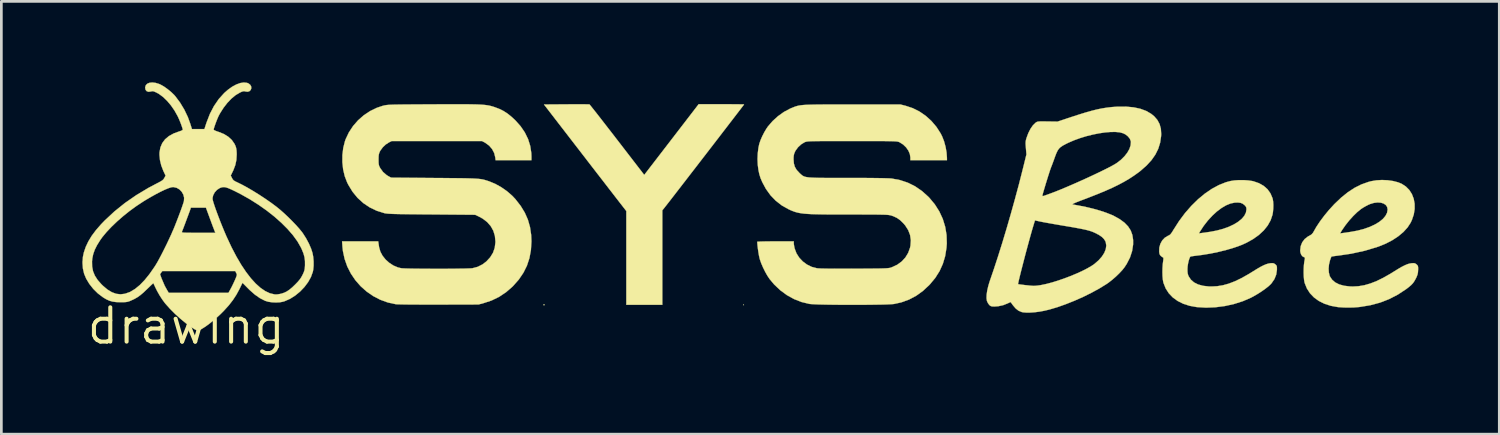
<source format=kicad_pcb>
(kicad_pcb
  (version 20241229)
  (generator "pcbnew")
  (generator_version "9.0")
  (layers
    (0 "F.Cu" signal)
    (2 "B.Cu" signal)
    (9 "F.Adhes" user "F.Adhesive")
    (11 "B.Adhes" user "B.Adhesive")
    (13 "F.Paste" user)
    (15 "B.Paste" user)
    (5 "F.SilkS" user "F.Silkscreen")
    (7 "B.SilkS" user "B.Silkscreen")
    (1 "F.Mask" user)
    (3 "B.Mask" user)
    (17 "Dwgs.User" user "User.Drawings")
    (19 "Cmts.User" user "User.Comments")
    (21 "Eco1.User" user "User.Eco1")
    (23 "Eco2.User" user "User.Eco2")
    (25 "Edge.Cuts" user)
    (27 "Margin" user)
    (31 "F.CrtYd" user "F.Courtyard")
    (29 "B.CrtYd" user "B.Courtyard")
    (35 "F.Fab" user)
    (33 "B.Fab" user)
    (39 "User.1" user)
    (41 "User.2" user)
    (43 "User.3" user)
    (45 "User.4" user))
  (footprint "drawing"
    (layer "F.Cu")
    (at 3.846 9.021)
    (property "Reference" "drawing" (at 0 0 0) (layer "F.SilkS") (effects (font (size 1.27 1.27) (thickness 0.15))))
    (attr through_hole)
    (fp_poly (pts (xy 20.652 -0.797) (xy 20.654 -0.772) (xy 20.652 -0.769) (xy 20.639 -0.772) (xy 20.637 -0.783) (xy 20.645 -0.801) (xy 20.652 -0.797)) (stroke (width 0.01) (type solid)) (fill yes) (layer "F.SilkS"))
    (fp_poly (pts (xy 13.271 -0.788) (xy 13.271 -0.783) (xy 13.255 -0.763) (xy 13.25 -0.762) (xy 13.23 -0.778) (xy 13.229 -0.783) (xy 13.245 -0.804) (xy 13.25 -0.804) (xy 13.271 -0.788)) (stroke (width 0.01) (type solid)) (fill yes) (layer "F.SilkS"))
    (fp_poly (pts (xy 20.001 -8.212) (xy 20.172 -8.211) (xy 20.323 -8.21) (xy 20.452 -8.209) (xy 20.554 -8.207) (xy 20.623 -8.206) (xy 20.656 -8.204) (xy 20.659 -8.203) (xy 20.646 -8.185) (xy 20.61 -8.137) (xy 20.551 -8.06) (xy 20.473 -7.958) (xy 20.376 -7.832) (xy 20.264 -7.686) (xy 20.137 -7.521) (xy 19.999 -7.341) (xy 19.85 -7.148) (xy 19.694 -6.944) (xy 19.531 -6.733) (xy 19.364 -6.516) (xy 19.195 -6.297) (xy 19.025 -6.077) (xy 18.858 -5.86) (xy 18.694 -5.648) (xy 18.536 -5.443) (xy 18.386 -5.249) (xy 18.245 -5.067) (xy 18.116 -4.9) (xy 18.001 -4.751) (xy 17.901 -4.622) (xy 17.819 -4.517) (xy 17.756 -4.437) (xy 17.715 -4.384) (xy 17.703 -4.369) (xy 17.632 -4.282) (xy 17.632 -0.783) (xy 16.298 -0.783) (xy 16.298 -4.256) (xy 16.089 -4.525) (xy 16.046 -4.58) (xy 15.98 -4.666) (xy 15.892 -4.779) (xy 15.784 -4.919) (xy 15.659 -5.08) (xy 15.519 -5.262) (xy 15.365 -5.461) (xy 15.2 -5.674) (xy 15.026 -5.899) (xy 14.845 -6.134) (xy 14.66 -6.374) (xy 14.564 -6.498) (xy 13.249 -8.202) (xy 14.08 -8.208) (xy 14.264 -8.209) (xy 14.435 -8.209) (xy 14.589 -8.209) (xy 14.719 -8.209) (xy 14.823 -8.208) (xy 14.895 -8.207) (xy 14.931 -8.205) (xy 14.934 -8.205) (xy 14.95 -8.187) (xy 14.99 -8.138) (xy 15.051 -8.061) (xy 15.133 -7.958) (xy 15.232 -7.832) (xy 15.347 -7.685) (xy 15.475 -7.52) (xy 15.615 -7.339) (xy 15.765 -7.146) (xy 15.923 -6.942) (xy 15.959 -6.895) (xy 16.962 -5.594) (xy 17.969 -6.902) (xy 18.976 -8.211) (xy 19.817 -8.212) (xy 20.001 -8.212)) (stroke (width 0.01) (type solid)) (fill yes) (layer "F.SilkS"))
    (fp_poly (pts (xy 44.493 -5.396) (xy 44.696 -5.367) (xy 44.88 -5.319) (xy 45.014 -5.264) (xy 45.169 -5.162) (xy 45.296 -5.034) (xy 45.392 -4.882) (xy 45.458 -4.711) (xy 45.492 -4.526) (xy 45.493 -4.331) (xy 45.461 -4.13) (xy 45.393 -3.928) (xy 45.344 -3.823) (xy 45.23 -3.648) (xy 45.077 -3.48) (xy 44.89 -3.323) (xy 44.672 -3.179) (xy 44.427 -3.051) (xy 44.157 -2.941) (xy 44.137 -2.934) (xy 43.652 -2.787) (xy 43.145 -2.676) (xy 42.725 -2.614) (xy 42.617 -2.6) (xy 42.525 -2.588) (xy 42.455 -2.577) (xy 42.418 -2.57) (xy 42.413 -2.569) (xy 42.4 -2.545) (xy 42.379 -2.492) (xy 42.355 -2.421) (xy 42.354 -2.417) (xy 42.32 -2.271) (xy 42.307 -2.122) (xy 42.315 -1.982) (xy 42.343 -1.864) (xy 42.354 -1.836) (xy 42.435 -1.714) (xy 42.55 -1.614) (xy 42.698 -1.539) (xy 42.879 -1.489) (xy 43.09 -1.464) (xy 43.203 -1.46) (xy 43.417 -1.472) (xy 43.633 -1.509) (xy 43.854 -1.573) (xy 44.087 -1.664) (xy 44.335 -1.786) (xy 44.602 -1.938) (xy 44.719 -2.011) (xy 44.882 -2.112) (xy 45.017 -2.19) (xy 45.13 -2.247) (xy 45.225 -2.287) (xy 45.308 -2.311) (xy 45.38 -2.323) (xy 45.452 -2.327) (xy 45.5 -2.32) (xy 45.54 -2.298) (xy 45.562 -2.28) (xy 45.595 -2.249) (xy 45.613 -2.218) (xy 45.621 -2.175) (xy 45.622 -2.106) (xy 45.621 -2.075) (xy 45.615 -1.982) (xy 45.599 -1.905) (xy 45.568 -1.822) (xy 45.544 -1.771) (xy 45.491 -1.673) (xy 45.435 -1.59) (xy 45.365 -1.515) (xy 45.274 -1.437) (xy 45.183 -1.367) (xy 44.872 -1.162) (xy 44.549 -0.995) (xy 44.211 -0.864) (xy 43.853 -0.768) (xy 43.471 -0.705) (xy 43.43 -0.7) (xy 43.254 -0.686) (xy 43.06 -0.681) (xy 42.867 -0.684) (xy 42.692 -0.695) (xy 42.648 -0.699) (xy 42.388 -0.746) (xy 42.153 -0.822) (xy 41.945 -0.925) (xy 41.766 -1.055) (xy 41.618 -1.209) (xy 41.503 -1.386) (xy 41.423 -1.584) (xy 41.413 -1.62) (xy 41.397 -1.714) (xy 41.386 -1.836) (xy 41.382 -1.976) (xy 41.384 -2.121) (xy 41.392 -2.258) (xy 41.406 -2.375) (xy 41.41 -2.396) (xy 41.424 -2.471) (xy 41.428 -2.514) (xy 41.421 -2.536) (xy 41.402 -2.546) (xy 41.387 -2.55) (xy 41.332 -2.584) (xy 41.287 -2.648) (xy 41.26 -2.733) (xy 41.254 -2.795) (xy 41.273 -2.955) (xy 41.329 -3.097) (xy 41.42 -3.218) (xy 41.541 -3.313) (xy 41.584 -3.335) (xy 41.664 -3.382) (xy 41.711 -3.428) (xy 42.731 -3.428) (xy 42.813 -3.439) (xy 42.868 -3.446) (xy 42.952 -3.458) (xy 43.052 -3.473) (xy 43.12 -3.483) (xy 43.376 -3.53) (xy 43.614 -3.592) (xy 43.829 -3.668) (xy 44.019 -3.756) (xy 44.181 -3.853) (xy 44.312 -3.959) (xy 44.41 -4.072) (xy 44.471 -4.189) (xy 44.492 -4.31) (xy 44.492 -4.312) (xy 44.474 -4.406) (xy 44.423 -4.48) (xy 44.343 -4.534) (xy 44.241 -4.565) (xy 44.121 -4.573) (xy 43.988 -4.558) (xy 43.847 -4.516) (xy 43.769 -4.483) (xy 43.678 -4.435) (xy 43.585 -4.381) (xy 43.51 -4.332) (xy 43.508 -4.331) (xy 43.367 -4.216) (xy 43.219 -4.072) (xy 43.071 -3.909) (xy 42.933 -3.735) (xy 42.812 -3.561) (xy 42.779 -3.508) (xy 42.731 -3.428) (xy 41.711 -3.428) (xy 41.716 -3.432) (xy 41.744 -3.478) (xy 41.852 -3.668) (xy 41.988 -3.872) (xy 42.146 -4.084) (xy 42.32 -4.295) (xy 42.504 -4.496) (xy 42.523 -4.516) (xy 42.773 -4.754) (xy 43.02 -4.953) (xy 43.268 -5.115) (xy 43.52 -5.241) (xy 43.779 -5.333) (xy 43.879 -5.36) (xy 44.073 -5.393) (xy 44.282 -5.405) (xy 44.493 -5.396)) (stroke (width 0.01) (type solid)) (fill yes) (layer "F.SilkS"))
    (fp_poly (pts (xy 39.162 -5.401) (xy 39.332 -5.389) (xy 39.481 -5.367) (xy 39.525 -5.357) (xy 39.73 -5.286) (xy 39.903 -5.187) (xy 40.045 -5.062) (xy 40.153 -4.91) (xy 40.228 -4.734) (xy 40.237 -4.703) (xy 40.253 -4.606) (xy 40.26 -4.482) (xy 40.257 -4.347) (xy 40.245 -4.215) (xy 40.228 -4.117) (xy 40.159 -3.913) (xy 40.051 -3.72) (xy 39.905 -3.538) (xy 39.723 -3.369) (xy 39.506 -3.215) (xy 39.257 -3.077) (xy 39.053 -2.987) (xy 38.808 -2.9) (xy 38.532 -2.818) (xy 38.235 -2.744) (xy 37.929 -2.68) (xy 37.622 -2.63) (xy 37.497 -2.614) (xy 37.392 -2.601) (xy 37.301 -2.589) (xy 37.234 -2.579) (xy 37.198 -2.573) (xy 37.196 -2.572) (xy 37.171 -2.545) (xy 37.146 -2.484) (xy 37.121 -2.401) (xy 37.1 -2.304) (xy 37.085 -2.203) (xy 37.079 -2.108) (xy 37.079 -2.106) (xy 37.081 -2.005) (xy 37.091 -1.929) (xy 37.113 -1.863) (xy 37.125 -1.836) (xy 37.208 -1.712) (xy 37.324 -1.612) (xy 37.474 -1.537) (xy 37.656 -1.487) (xy 37.87 -1.463) (xy 37.966 -1.461) (xy 38.179 -1.472) (xy 38.393 -1.507) (xy 38.612 -1.568) (xy 38.84 -1.656) (xy 39.083 -1.773) (xy 39.345 -1.921) (xy 39.491 -2.011) (xy 39.654 -2.112) (xy 39.789 -2.19) (xy 39.902 -2.247) (xy 39.997 -2.287) (xy 40.08 -2.311) (xy 40.151 -2.323) (xy 40.224 -2.327) (xy 40.272 -2.32) (xy 40.311 -2.298) (xy 40.334 -2.28) (xy 40.367 -2.249) (xy 40.385 -2.219) (xy 40.392 -2.176) (xy 40.393 -2.109) (xy 40.392 -2.073) (xy 40.366 -1.9) (xy 40.299 -1.734) (xy 40.193 -1.58) (xy 40.16 -1.544) (xy 40.083 -1.471) (xy 39.976 -1.387) (xy 39.849 -1.296) (xy 39.71 -1.205) (xy 39.569 -1.121) (xy 39.434 -1.048) (xy 39.434 -1.048) (xy 39.132 -0.917) (xy 38.805 -0.813) (xy 38.463 -0.737) (xy 38.114 -0.692) (xy 37.767 -0.678) (xy 37.432 -0.698) (xy 37.42 -0.699) (xy 37.159 -0.746) (xy 36.923 -0.822) (xy 36.715 -0.926) (xy 36.536 -1.056) (xy 36.388 -1.211) (xy 36.273 -1.39) (xy 36.193 -1.59) (xy 36.184 -1.623) (xy 36.167 -1.72) (xy 36.156 -1.847) (xy 36.152 -1.991) (xy 36.155 -2.14) (xy 36.164 -2.282) (xy 36.175 -2.37) (xy 36.187 -2.456) (xy 36.189 -2.507) (xy 36.181 -2.532) (xy 36.175 -2.536) (xy 36.142 -2.555) (xy 36.098 -2.589) (xy 36.095 -2.592) (xy 36.06 -2.632) (xy 36.04 -2.685) (xy 36.031 -2.756) (xy 36.037 -2.902) (xy 36.076 -3.041) (xy 36.144 -3.165) (xy 36.237 -3.265) (xy 36.35 -3.335) (xy 36.355 -3.337) (xy 36.402 -3.359) (xy 36.44 -3.386) (xy 36.476 -3.428) (xy 36.477 -3.429) (xy 37.504 -3.429) (xy 37.606 -3.442) (xy 37.674 -3.451) (xy 37.768 -3.464) (xy 37.87 -3.479) (xy 37.91 -3.484) (xy 38.164 -3.533) (xy 38.4 -3.596) (xy 38.613 -3.673) (xy 38.801 -3.762) (xy 38.961 -3.861) (xy 39.091 -3.968) (xy 39.186 -4.081) (xy 39.245 -4.2) (xy 39.264 -4.317) (xy 39.259 -4.381) (xy 39.236 -4.429) (xy 39.189 -4.479) (xy 39.121 -4.53) (xy 39.043 -4.56) (xy 38.944 -4.571) (xy 38.829 -4.567) (xy 38.675 -4.535) (xy 38.51 -4.468) (xy 38.339 -4.367) (xy 38.166 -4.237) (xy 37.996 -4.08) (xy 37.832 -3.901) (xy 37.678 -3.703) (xy 37.551 -3.509) (xy 37.504 -3.429) (xy 36.477 -3.429) (xy 36.519 -3.491) (xy 36.565 -3.567) (xy 36.769 -3.885) (xy 36.989 -4.18) (xy 37.224 -4.449) (xy 37.469 -4.69) (xy 37.722 -4.9) (xy 37.981 -5.077) (xy 38.242 -5.218) (xy 38.503 -5.322) (xy 38.673 -5.367) (xy 38.817 -5.39) (xy 38.985 -5.401) (xy 39.162 -5.401)) (stroke (width 0.01) (type solid)) (fill yes) (layer "F.SilkS"))
    (fp_poly (pts (xy 10.251 -8.21) (xy 10.445 -8.209) (xy 10.611 -8.206) (xy 10.754 -8.203) (xy 10.875 -8.198) (xy 10.978 -8.192) (xy 11.066 -8.184) (xy 11.141 -8.174) (xy 11.208 -8.163) (xy 11.269 -8.149) (xy 11.327 -8.134) (xy 11.384 -8.116) (xy 11.418 -8.105) (xy 11.591 -8.04) (xy 11.744 -7.965) (xy 11.887 -7.874) (xy 12.031 -7.76) (xy 12.187 -7.616) (xy 12.189 -7.614) (xy 12.383 -7.397) (xy 12.541 -7.165) (xy 12.66 -6.921) (xy 12.74 -6.666) (xy 12.78 -6.405) (xy 12.785 -6.283) (xy 12.785 -6.138) (xy 11.457 -6.138) (xy 11.445 -6.244) (xy 11.405 -6.404) (xy 11.328 -6.551) (xy 11.218 -6.678) (xy 11.08 -6.779) (xy 11.06 -6.791) (xy 10.954 -6.847) (xy 7.609 -6.847) (xy 7.508 -6.797) (xy 7.39 -6.721) (xy 7.281 -6.618) (xy 7.195 -6.502) (xy 7.172 -6.462) (xy 7.148 -6.404) (xy 7.132 -6.345) (xy 7.125 -6.273) (xy 7.123 -6.173) (xy 7.123 -6.16) (xy 7.124 -6.061) (xy 7.129 -5.992) (xy 7.141 -5.938) (xy 7.163 -5.887) (xy 7.185 -5.846) (xy 7.287 -5.704) (xy 7.421 -5.588) (xy 7.497 -5.541) (xy 7.588 -5.493) (xy 9.197 -5.48) (xy 9.503 -5.478) (xy 9.77 -5.475) (xy 10.002 -5.473) (xy 10.201 -5.471) (xy 10.37 -5.468) (xy 10.514 -5.464) (xy 10.635 -5.46) (xy 10.736 -5.454) (xy 10.821 -5.448) (xy 10.893 -5.44) (xy 10.955 -5.43) (xy 11.011 -5.419) (xy 11.063 -5.405) (xy 11.116 -5.389) (xy 11.172 -5.371) (xy 11.223 -5.354) (xy 11.445 -5.262) (xy 11.669 -5.137) (xy 11.883 -4.987) (xy 12.077 -4.818) (xy 12.19 -4.698) (xy 12.385 -4.448) (xy 12.539 -4.195) (xy 12.654 -3.934) (xy 12.732 -3.661) (xy 12.775 -3.371) (xy 12.785 -3.133) (xy 12.766 -2.813) (xy 12.711 -2.514) (xy 12.618 -2.232) (xy 12.486 -1.967) (xy 12.316 -1.717) (xy 12.105 -1.479) (xy 12.086 -1.46) (xy 11.846 -1.251) (xy 11.589 -1.079) (xy 11.313 -0.945) (xy 11.038 -0.853) (xy 10.827 -0.795) (xy 9.356 -0.791) (xy 9.106 -0.791) (xy 8.866 -0.791) (xy 8.64 -0.792) (xy 8.431 -0.793) (xy 8.243 -0.794) (xy 8.08 -0.796) (xy 7.945 -0.799) (xy 7.844 -0.801) (xy 7.778 -0.804) (xy 7.758 -0.806) (xy 7.463 -0.87) (xy 7.183 -0.972) (xy 6.92 -1.109) (xy 6.678 -1.277) (xy 6.458 -1.473) (xy 6.264 -1.695) (xy 6.099 -1.939) (xy 5.965 -2.202) (xy 5.866 -2.482) (xy 5.803 -2.774) (xy 5.786 -2.933) (xy 5.772 -3.133) (xy 7.11 -3.133) (xy 7.121 -3.064) (xy 7.131 -2.995) (xy 7.143 -2.918) (xy 7.144 -2.91) (xy 7.19 -2.752) (xy 7.271 -2.6) (xy 7.383 -2.46) (xy 7.519 -2.338) (xy 7.673 -2.238) (xy 7.839 -2.168) (xy 7.959 -2.139) (xy 8.011 -2.134) (xy 8.101 -2.13) (xy 8.223 -2.126) (xy 8.373 -2.123) (xy 8.545 -2.121) (xy 8.735 -2.119) (xy 8.938 -2.118) (xy 9.15 -2.117) (xy 9.364 -2.117) (xy 9.576 -2.117) (xy 9.781 -2.118) (xy 9.975 -2.12) (xy 10.152 -2.123) (xy 10.308 -2.125) (xy 10.437 -2.129) (xy 10.535 -2.133) (xy 10.596 -2.138) (xy 10.604 -2.139) (xy 10.795 -2.19) (xy 10.973 -2.28) (xy 11.116 -2.389) (xy 11.258 -2.543) (xy 11.361 -2.71) (xy 11.425 -2.892) (xy 11.45 -3.09) (xy 11.451 -3.132) (xy 11.431 -3.337) (xy 11.373 -3.526) (xy 11.278 -3.696) (xy 11.147 -3.846) (xy 10.982 -3.973) (xy 10.847 -4.047) (xy 10.7 -4.117) (xy 9.091 -4.13) (xy 8.785 -4.132) (xy 8.519 -4.135) (xy 8.289 -4.137) (xy 8.092 -4.14) (xy 7.926 -4.142) (xy 7.787 -4.145) (xy 7.672 -4.148) (xy 7.579 -4.152) (xy 7.505 -4.156) (xy 7.446 -4.161) (xy 7.399 -4.166) (xy 7.362 -4.172) (xy 7.339 -4.177) (xy 7.055 -4.266) (xy 6.795 -4.391) (xy 6.558 -4.55) (xy 6.347 -4.742) (xy 6.162 -4.967) (xy 6.005 -5.224) (xy 5.958 -5.318) (xy 5.87 -5.548) (xy 5.811 -5.8) (xy 5.783 -6.064) (xy 5.784 -6.332) (xy 5.816 -6.594) (xy 5.878 -6.84) (xy 5.905 -6.917) (xy 6.025 -7.17) (xy 6.18 -7.405) (xy 6.365 -7.617) (xy 6.577 -7.803) (xy 6.81 -7.958) (xy 7.062 -8.08) (xy 7.281 -8.153) (xy 7.315 -8.161) (xy 7.347 -8.169) (xy 7.382 -8.175) (xy 7.422 -8.181) (xy 7.47 -8.186) (xy 7.53 -8.19) (xy 7.603 -8.193) (xy 7.694 -8.196) (xy 7.806 -8.198) (xy 7.94 -8.2) (xy 8.102 -8.202) (xy 8.292 -8.203) (xy 8.516 -8.205) (xy 8.774 -8.206) (xy 9.072 -8.207) (xy 9.144 -8.208) (xy 9.477 -8.209) (xy 9.77 -8.21) (xy 10.027 -8.21) (xy 10.251 -8.21)) (stroke (width 0.01) (type solid)) (fill yes) (layer "F.SilkS"))
    (fp_poly (pts (xy 24.659 -8.202) (xy 26.448 -8.202) (xy 26.646 -8.152) (xy 26.907 -8.065) (xy 27.156 -7.94) (xy 27.387 -7.781) (xy 27.597 -7.591) (xy 27.781 -7.375) (xy 27.936 -7.135) (xy 27.993 -7.023) (xy 28.065 -6.84) (xy 28.121 -6.636) (xy 28.158 -6.426) (xy 28.172 -6.229) (xy 28.172 -6.228) (xy 28.173 -6.138) (xy 26.818 -6.138) (xy 26.818 -6.241) (xy 26.798 -6.368) (xy 26.743 -6.495) (xy 26.658 -6.615) (xy 26.55 -6.719) (xy 26.423 -6.799) (xy 26.416 -6.802) (xy 26.398 -6.811) (xy 26.379 -6.818) (xy 26.357 -6.824) (xy 26.328 -6.829) (xy 26.289 -6.834) (xy 26.238 -6.837) (xy 26.171 -6.84) (xy 26.087 -6.842) (xy 25.981 -6.844) (xy 25.851 -6.846) (xy 25.694 -6.846) (xy 25.507 -6.847) (xy 25.287 -6.847) (xy 25.031 -6.847) (xy 24.736 -6.847) (xy 24.659 -6.847) (xy 24.355 -6.847) (xy 24.09 -6.847) (xy 23.862 -6.847) (xy 23.667 -6.847) (xy 23.503 -6.846) (xy 23.367 -6.845) (xy 23.255 -6.843) (xy 23.166 -6.841) (xy 23.095 -6.838) (xy 23.04 -6.835) (xy 22.999 -6.83) (xy 22.967 -6.825) (xy 22.943 -6.819) (xy 22.923 -6.812) (xy 22.905 -6.804) (xy 22.899 -6.802) (xy 22.772 -6.724) (xy 22.657 -6.617) (xy 22.567 -6.494) (xy 22.549 -6.461) (xy 22.518 -6.389) (xy 22.501 -6.323) (xy 22.493 -6.244) (xy 22.492 -6.172) (xy 22.503 -6.02) (xy 22.539 -5.894) (xy 22.605 -5.781) (xy 22.707 -5.67) (xy 22.713 -5.664) (xy 22.749 -5.63) (xy 22.782 -5.601) (xy 22.813 -5.575) (xy 22.847 -5.554) (xy 22.885 -5.536) (xy 22.933 -5.521) (xy 22.992 -5.51) (xy 23.066 -5.5) (xy 23.158 -5.494) (xy 23.271 -5.489) (xy 23.408 -5.485) (xy 23.573 -5.483) (xy 23.768 -5.482) (xy 23.997 -5.482) (xy 24.262 -5.482) (xy 24.488 -5.482) (xy 24.814 -5.482) (xy 25.108 -5.481) (xy 25.369 -5.479) (xy 25.595 -5.476) (xy 25.785 -5.473) (xy 25.937 -5.469) (xy 26.05 -5.465) (xy 26.122 -5.46) (xy 26.13 -5.459) (xy 26.435 -5.401) (xy 26.722 -5.306) (xy 26.992 -5.172) (xy 27.244 -4.999) (xy 27.48 -4.788) (xy 27.517 -4.75) (xy 27.722 -4.505) (xy 27.889 -4.242) (xy 28.018 -3.963) (xy 28.108 -3.67) (xy 28.158 -3.367) (xy 28.167 -3.055) (xy 28.155 -2.891) (xy 28.106 -2.585) (xy 28.021 -2.301) (xy 27.901 -2.035) (xy 27.743 -1.784) (xy 27.544 -1.544) (xy 27.519 -1.517) (xy 27.284 -1.298) (xy 27.034 -1.118) (xy 26.768 -0.977) (xy 26.484 -0.874) (xy 26.215 -0.814) (xy 26.15 -0.808) (xy 26.048 -0.802) (xy 25.912 -0.796) (xy 25.749 -0.792) (xy 25.562 -0.789) (xy 25.355 -0.786) (xy 25.135 -0.784) (xy 24.904 -0.783) (xy 24.669 -0.783) (xy 24.433 -0.783) (xy 24.201 -0.784) (xy 23.978 -0.786) (xy 23.769 -0.789) (xy 23.577 -0.793) (xy 23.409 -0.797) (xy 23.268 -0.803) (xy 23.159 -0.809) (xy 23.086 -0.815) (xy 23.076 -0.817) (xy 22.786 -0.887) (xy 22.508 -0.996) (xy 22.243 -1.143) (xy 21.997 -1.324) (xy 21.771 -1.539) (xy 21.608 -1.733) (xy 21.526 -1.854) (xy 21.442 -2.002) (xy 21.363 -2.162) (xy 21.294 -2.322) (xy 21.243 -2.468) (xy 21.231 -2.514) (xy 21.21 -2.611) (xy 21.189 -2.735) (xy 21.17 -2.868) (xy 21.155 -2.996) (xy 21.147 -3.101) (xy 21.146 -3.117) (xy 21.166 -3.121) (xy 21.224 -3.124) (xy 21.314 -3.127) (xy 21.431 -3.13) (xy 21.57 -3.132) (xy 21.727 -3.133) (xy 21.823 -3.133) (xy 22.5 -3.133) (xy 22.5 -3.063) (xy 22.506 -3.004) (xy 22.52 -2.925) (xy 22.533 -2.867) (xy 22.6 -2.69) (xy 22.703 -2.528) (xy 22.836 -2.387) (xy 22.992 -2.272) (xy 23.167 -2.187) (xy 23.355 -2.138) (xy 23.359 -2.137) (xy 23.419 -2.132) (xy 23.52 -2.127) (xy 23.661 -2.124) (xy 23.841 -2.121) (xy 24.059 -2.12) (xy 24.313 -2.12) (xy 24.603 -2.12) (xy 24.756 -2.121) (xy 25.017 -2.122) (xy 25.239 -2.124) (xy 25.426 -2.125) (xy 25.581 -2.126) (xy 25.708 -2.128) (xy 25.81 -2.131) (xy 25.891 -2.134) (xy 25.955 -2.138) (xy 26.004 -2.143) (xy 26.043 -2.148) (xy 26.075 -2.155) (xy 26.103 -2.164) (xy 26.131 -2.174) (xy 26.137 -2.176) (xy 26.33 -2.266) (xy 26.496 -2.387) (xy 26.633 -2.535) (xy 26.737 -2.707) (xy 26.806 -2.899) (xy 26.822 -2.979) (xy 26.835 -3.177) (xy 26.807 -3.368) (xy 26.737 -3.55) (xy 26.627 -3.722) (xy 26.558 -3.802) (xy 26.442 -3.915) (xy 26.327 -3.997) (xy 26.201 -4.058) (xy 26.117 -4.088) (xy 26.09 -4.095) (xy 26.06 -4.102) (xy 26.025 -4.108) (xy 25.98 -4.113) (xy 25.924 -4.117) (xy 25.852 -4.12) (xy 25.761 -4.122) (xy 25.648 -4.124) (xy 25.51 -4.126) (xy 25.344 -4.127) (xy 25.146 -4.127) (xy 24.913 -4.128) (xy 24.643 -4.128) (xy 24.557 -4.128) (xy 24.233 -4.128) (xy 23.949 -4.129) (xy 23.701 -4.13) (xy 23.485 -4.133) (xy 23.299 -4.137) (xy 23.138 -4.142) (xy 23.001 -4.15) (xy 22.882 -4.159) (xy 22.781 -4.172) (xy 22.692 -4.187) (xy 22.613 -4.205) (xy 22.54 -4.226) (xy 22.471 -4.251) (xy 22.401 -4.279) (xy 22.329 -4.312) (xy 22.313 -4.319) (xy 22.062 -4.459) (xy 21.837 -4.633) (xy 21.638 -4.839) (xy 21.467 -5.077) (xy 21.335 -5.322) (xy 21.27 -5.473) (xy 21.224 -5.621) (xy 21.191 -5.778) (xy 21.167 -5.962) (xy 21.166 -5.976) (xy 21.157 -6.18) (xy 21.166 -6.393) (xy 21.191 -6.597) (xy 21.222 -6.742) (xy 21.266 -6.872) (xy 21.33 -7.02) (xy 21.406 -7.17) (xy 21.487 -7.307) (xy 21.543 -7.388) (xy 21.717 -7.589) (xy 21.916 -7.769) (xy 22.132 -7.924) (xy 22.356 -8.044) (xy 22.423 -8.073) (xy 22.478 -8.095) (xy 22.528 -8.115) (xy 22.576 -8.132) (xy 22.625 -8.146) (xy 22.677 -8.159) (xy 22.737 -8.169) (xy 22.806 -8.178) (xy 22.888 -8.185) (xy 22.985 -8.19) (xy 23.102 -8.194) (xy 23.24 -8.197) (xy 23.402 -8.2) (xy 23.593 -8.201) (xy 23.814 -8.202) (xy 24.069 -8.202) (xy 24.36 -8.202) (xy 24.659 -8.202)) (stroke (width 0.01) (type solid)) (fill yes) (layer "F.SilkS"))
    (fp_poly (pts (xy 35.086 -8.096) (xy 35.334 -8.043) (xy 35.551 -7.963) (xy 35.735 -7.856) (xy 35.846 -7.766) (xy 35.965 -7.629) (xy 36.047 -7.476) (xy 36.095 -7.303) (xy 36.107 -7.108) (xy 36.103 -7.026) (xy 36.068 -6.788) (xy 35.998 -6.562) (xy 35.892 -6.348) (xy 35.749 -6.143) (xy 35.567 -5.944) (xy 35.345 -5.748) (xy 35.26 -5.682) (xy 35.093 -5.563) (xy 34.919 -5.449) (xy 34.731 -5.339) (xy 34.527 -5.23) (xy 34.301 -5.12) (xy 34.05 -5.008) (xy 33.769 -4.891) (xy 33.454 -4.767) (xy 33.243 -4.686) (xy 33.09 -4.629) (xy 32.974 -4.583) (xy 32.893 -4.549) (xy 32.844 -4.525) (xy 32.823 -4.509) (xy 32.828 -4.501) (xy 32.83 -4.5) (xy 32.874 -4.491) (xy 32.947 -4.478) (xy 33.036 -4.462) (xy 33.073 -4.455) (xy 33.333 -4.403) (xy 33.591 -4.341) (xy 33.837 -4.271) (xy 34.063 -4.196) (xy 34.261 -4.118) (xy 34.364 -4.07) (xy 34.576 -3.951) (xy 34.748 -3.824) (xy 34.881 -3.686) (xy 34.978 -3.536) (xy 35.039 -3.369) (xy 35.067 -3.185) (xy 35.067 -3.018) (xy 35.03 -2.776) (xy 34.952 -2.536) (xy 34.831 -2.3) (xy 34.745 -2.169) (xy 34.66 -2.063) (xy 34.55 -1.945) (xy 34.423 -1.823) (xy 34.289 -1.707) (xy 34.157 -1.604) (xy 34.088 -1.556) (xy 33.823 -1.392) (xy 33.53 -1.232) (xy 33.22 -1.078) (xy 32.9 -0.936) (xy 32.579 -0.808) (xy 32.267 -0.697) (xy 31.97 -0.609) (xy 31.769 -0.561) (xy 31.6 -0.53) (xy 31.429 -0.508) (xy 31.268 -0.496) (xy 31.123 -0.494) (xy 31.004 -0.503) (xy 30.942 -0.515) (xy 30.823 -0.565) (xy 30.718 -0.647) (xy 30.617 -0.765) (xy 30.616 -0.767) (xy 30.574 -0.825) (xy 30.544 -0.867) (xy 30.532 -0.884) (xy 30.513 -0.879) (xy 30.468 -0.858) (xy 30.425 -0.837) (xy 30.256 -0.77) (xy 30.072 -0.73) (xy 29.934 -0.72) (xy 29.857 -0.722) (xy 29.806 -0.732) (xy 29.768 -0.753) (xy 29.739 -0.78) (xy 29.694 -0.84) (xy 29.658 -0.914) (xy 29.652 -0.93) (xy 29.638 -1.027) (xy 29.642 -1.155) (xy 29.663 -1.305) (xy 29.701 -1.471) (xy 29.726 -1.557) (xy 30.806 -1.557) (xy 30.807 -1.55) (xy 30.83 -1.544) (xy 30.886 -1.536) (xy 30.966 -1.526) (xy 31.059 -1.514) (xy 31.157 -1.504) (xy 31.25 -1.494) (xy 31.329 -1.488) (xy 31.382 -1.484) (xy 31.444 -1.487) (xy 31.531 -1.496) (xy 31.628 -1.509) (xy 31.657 -1.514) (xy 31.851 -1.555) (xy 32.064 -1.611) (xy 32.29 -1.681) (xy 32.522 -1.761) (xy 32.753 -1.849) (xy 32.976 -1.942) (xy 33.184 -2.037) (xy 33.371 -2.132) (xy 33.528 -2.224) (xy 33.636 -2.298) (xy 33.789 -2.431) (xy 33.91 -2.568) (xy 33.999 -2.707) (xy 34.054 -2.844) (xy 34.073 -2.976) (xy 34.054 -3.098) (xy 34.036 -3.144) (xy 33.984 -3.224) (xy 33.909 -3.298) (xy 33.804 -3.369) (xy 33.666 -3.442) (xy 33.602 -3.471) (xy 33.537 -3.497) (xy 33.466 -3.521) (xy 33.384 -3.544) (xy 33.286 -3.568) (xy 33.167 -3.593) (xy 33.024 -3.62) (xy 32.852 -3.652) (xy 32.645 -3.687) (xy 32.489 -3.713) (xy 32.312 -3.743) (xy 32.14 -3.773) (xy 31.981 -3.801) (xy 31.839 -3.826) (xy 31.723 -3.848) (xy 31.639 -3.864) (xy 31.607 -3.871) (xy 31.432 -3.909) (xy 31.37 -3.706) (xy 31.338 -3.598) (xy 31.3 -3.466) (xy 31.257 -3.313) (xy 31.211 -3.145) (xy 31.162 -2.965) (xy 31.112 -2.78) (xy 31.062 -2.592) (xy 31.014 -2.406) (xy 30.968 -2.228) (xy 30.925 -2.061) (xy 30.887 -1.91) (xy 30.855 -1.78) (xy 30.83 -1.674) (xy 30.814 -1.599) (xy 30.806 -1.557) (xy 29.726 -1.557) (xy 29.753 -1.645) (xy 29.762 -1.672) (xy 29.914 -2.116) (xy 30.07 -2.593) (xy 30.228 -3.098) (xy 30.386 -3.623) (xy 30.541 -4.16) (xy 30.692 -4.702) (xy 30.726 -4.829) (xy 31.708 -4.829) (xy 31.708 -4.817) (xy 31.713 -4.81) (xy 31.729 -4.81) (xy 31.763 -4.819) (xy 31.819 -4.838) (xy 31.904 -4.868) (xy 31.991 -4.9) (xy 32.152 -4.96) (xy 32.336 -5.033) (xy 32.536 -5.116) (xy 32.749 -5.207) (xy 32.969 -5.303) (xy 33.192 -5.403) (xy 33.412 -5.503) (xy 33.626 -5.603) (xy 33.827 -5.699) (xy 34.011 -5.789) (xy 34.174 -5.871) (xy 34.31 -5.944) (xy 34.414 -6.004) (xy 34.458 -6.032) (xy 34.614 -6.151) (xy 34.746 -6.282) (xy 34.853 -6.418) (xy 34.93 -6.555) (xy 34.974 -6.689) (xy 34.984 -6.813) (xy 34.979 -6.849) (xy 34.943 -6.937) (xy 34.874 -7.021) (xy 34.781 -7.094) (xy 34.696 -7.136) (xy 34.57 -7.17) (xy 34.412 -7.185) (xy 34.227 -7.183) (xy 34.022 -7.166) (xy 33.802 -7.133) (xy 33.572 -7.087) (xy 33.338 -7.029) (xy 33.106 -6.958) (xy 32.882 -6.877) (xy 32.671 -6.786) (xy 32.574 -6.739) (xy 32.467 -6.681) (xy 32.385 -6.627) (xy 32.323 -6.568) (xy 32.273 -6.497) (xy 32.227 -6.403) (xy 32.179 -6.279) (xy 32.166 -6.244) (xy 32.127 -6.134) (xy 32.088 -6.028) (xy 32.054 -5.938) (xy 32.029 -5.875) (xy 32.028 -5.874) (xy 32.011 -5.826) (xy 31.984 -5.749) (xy 31.952 -5.648) (xy 31.914 -5.531) (xy 31.875 -5.405) (xy 31.835 -5.276) (xy 31.798 -5.152) (xy 31.764 -5.038) (xy 31.736 -4.943) (xy 31.717 -4.872) (xy 31.708 -4.833) (xy 31.708 -4.829) (xy 30.726 -4.829) (xy 30.837 -5.241) (xy 30.972 -5.771) (xy 30.999 -5.878) (xy 31.116 -6.353) (xy 31.096 -6.588) (xy 31.088 -6.696) (xy 31.085 -6.775) (xy 31.089 -6.837) (xy 31.1 -6.896) (xy 31.119 -6.962) (xy 31.185 -7.14) (xy 31.264 -7.296) (xy 31.353 -7.426) (xy 31.447 -7.52) (xy 31.456 -7.527) (xy 31.483 -7.545) (xy 31.509 -7.559) (xy 31.542 -7.567) (xy 31.589 -7.573) (xy 31.657 -7.575) (xy 31.753 -7.575) (xy 31.883 -7.573) (xy 31.897 -7.573) (xy 32.269 -7.568) (xy 32.787 -7.74) (xy 33.067 -7.831) (xy 33.313 -7.907) (xy 33.533 -7.969) (xy 33.733 -8.019) (xy 33.919 -8.057) (xy 34.097 -8.085) (xy 34.273 -8.106) (xy 34.454 -8.119) (xy 34.503 -8.121) (xy 34.809 -8.122) (xy 35.086 -8.096)) (stroke (width 0.01) (type solid)) (fill yes) (layer "F.SilkS"))
    (fp_poly (pts (xy -1.135 -9.002) (xy -1.007 -8.963) (xy -0.941 -8.933) (xy -0.82 -8.864) (xy -0.689 -8.77) (xy -0.56 -8.665) (xy -0.448 -8.557) (xy -0.409 -8.513) (xy -0.231 -8.277) (xy -0.071 -8.012) (xy 0.062 -7.733) (xy 0.149 -7.493) (xy 0.212 -7.292) (xy 0.674 -7.292) (xy 0.752 -7.531) (xy 0.877 -7.854) (xy 1.028 -8.144) (xy 1.205 -8.402) (xy 1.408 -8.627) (xy 1.545 -8.747) (xy 1.701 -8.859) (xy 1.854 -8.942) (xy 1.999 -8.995) (xy 2.132 -9.016) (xy 2.249 -9.004) (xy 2.307 -8.981) (xy 2.373 -8.929) (xy 2.407 -8.866) (xy 2.411 -8.801) (xy 2.389 -8.741) (xy 2.343 -8.695) (xy 2.278 -8.673) (xy 2.197 -8.682) (xy 2.152 -8.693) (xy 2.11 -8.691) (xy 2.058 -8.674) (xy 1.986 -8.641) (xy 1.831 -8.549) (xy 1.675 -8.42) (xy 1.523 -8.261) (xy 1.381 -8.078) (xy 1.254 -7.877) (xy 1.201 -7.779) (xy 1.172 -7.715) (xy 1.137 -7.631) (xy 1.101 -7.537) (xy 1.067 -7.444) (xy 1.039 -7.362) (xy 1.021 -7.3) (xy 1.016 -7.272) (xy 1.035 -7.252) (xy 1.088 -7.226) (xy 1.166 -7.197) (xy 1.192 -7.189) (xy 1.388 -7.111) (xy 1.555 -7.01) (xy 1.689 -6.887) (xy 1.788 -6.745) (xy 1.824 -6.669) (xy 1.849 -6.592) (xy 1.863 -6.509) (xy 1.869 -6.406) (xy 1.87 -6.35) (xy 1.858 -6.147) (xy 1.819 -5.961) (xy 1.749 -5.775) (xy 1.724 -5.722) (xy 1.65 -5.57) (xy 1.695 -5.478) (xy 1.726 -5.425) (xy 1.764 -5.386) (xy 1.821 -5.351) (xy 1.879 -5.324) (xy 2.057 -5.237) (xy 2.26 -5.127) (xy 2.477 -5) (xy 2.702 -4.86) (xy 2.927 -4.712) (xy 3.142 -4.563) (xy 3.339 -4.416) (xy 3.344 -4.412) (xy 3.478 -4.303) (xy 3.623 -4.175) (xy 3.772 -4.035) (xy 3.919 -3.889) (xy 4.057 -3.745) (xy 4.179 -3.61) (xy 4.277 -3.49) (xy 4.315 -3.44) (xy 4.438 -3.248) (xy 4.544 -3.05) (xy 4.627 -2.857) (xy 4.677 -2.701) (xy 4.704 -2.556) (xy 4.718 -2.394) (xy 4.718 -2.231) (xy 4.704 -2.083) (xy 4.689 -2.005) (xy 4.619 -1.812) (xy 4.513 -1.622) (xy 4.377 -1.441) (xy 4.216 -1.273) (xy 4.038 -1.127) (xy 3.848 -1.006) (xy 3.651 -0.919) (xy 3.589 -0.899) (xy 3.467 -0.876) (xy 3.323 -0.869) (xy 3.174 -0.876) (xy 3.035 -0.897) (xy 2.921 -0.932) (xy 2.731 -1.029) (xy 2.542 -1.161) (xy 2.35 -1.33) (xy 2.296 -1.384) (xy 2.084 -1.598) (xy 1.964 -1.352) (xy 1.855 -1.151) (xy 1.729 -0.959) (xy 1.58 -0.767) (xy 1.399 -0.567) (xy 1.388 -0.555) (xy 1.271 -0.438) (xy 1.145 -0.322) (xy 1.014 -0.209) (xy 0.884 -0.104) (xy 0.76 -0.011) (xy 0.646 0.066) (xy 0.548 0.125) (xy 0.472 0.16) (xy 0.429 0.169) (xy 0.374 0.155) (xy 0.291 0.112) (xy 0.182 0.043) (xy 0.182 0.042) (xy -0.015 -0.102) (xy -0.218 -0.27) (xy -0.418 -0.451) (xy -0.603 -0.637) (xy -0.763 -0.816) (xy -0.797 -0.857) (xy -0.89 -0.985) (xy -0.987 -1.135) (xy -1.076 -1.292) (xy -1.144 -1.429) (xy -1.177 -1.5) (xy -1.202 -1.554) (xy -1.216 -1.582) (xy -1.217 -1.583) (xy -1.233 -1.571) (xy -1.274 -1.534) (xy -1.334 -1.477) (xy -1.408 -1.405) (xy -1.454 -1.361) (xy -1.586 -1.235) (xy -1.703 -1.137) (xy -1.815 -1.058) (xy -1.932 -0.992) (xy -2.058 -0.935) (xy -2.122 -0.909) (xy -2.181 -0.893) (xy -2.245 -0.884) (xy -2.329 -0.88) (xy -2.434 -0.879) (xy -2.596 -0.884) (xy -2.729 -0.902) (xy -2.848 -0.936) (xy -2.966 -0.991) (xy -3.083 -1.062) (xy -3.272 -1.205) (xy -3.442 -1.373) (xy -3.589 -1.559) (xy -3.706 -1.754) (xy -3.781 -1.934) (xy -3.826 -2.129) (xy -3.841 -2.341) (xy -3.837 -2.389) (xy -3.488 -2.389) (xy -3.484 -2.199) (xy -3.45 -2.025) (xy -3.383 -1.863) (xy -3.282 -1.705) (xy -3.142 -1.546) (xy -3.085 -1.49) (xy -2.918 -1.349) (xy -2.755 -1.25) (xy -2.595 -1.191) (xy -2.433 -1.172) (xy -2.269 -1.192) (xy -2.098 -1.252) (xy -2.06 -1.27) (xy -1.891 -1.373) (xy -1.717 -1.516) (xy -1.54 -1.699) (xy -1.363 -1.917) (xy -0.969 -1.917) (xy -0.916 -1.768) (xy -0.798 -1.491) (xy -0.702 -1.318) (xy -0.646 -1.228) (xy 0.459 -1.228) (xy 1.564 -1.228) (xy 1.644 -1.37) (xy 1.69 -1.457) (xy 1.742 -1.564) (xy 1.792 -1.672) (xy 1.806 -1.703) (xy 1.843 -1.791) (xy 1.865 -1.849) (xy 1.874 -1.889) (xy 1.871 -1.919) (xy 1.859 -1.948) (xy 1.851 -1.963) (xy 1.814 -2.032) (xy -0.885 -2.032) (xy -0.969 -1.917) (xy -1.363 -1.917) (xy -1.361 -1.92) (xy -1.182 -2.177) (xy -1.132 -2.254) (xy -1.067 -2.363) (xy -0.99 -2.504) (xy -0.904 -2.668) (xy -0.813 -2.848) (xy -0.72 -3.036) (xy -0.631 -3.225) (xy -0.547 -3.407) (xy -0.517 -3.477) (xy -0.161 -3.477) (xy -0.155 -3.468) (xy -0.136 -3.462) (xy -0.1 -3.457) (xy -0.043 -3.454) (xy 0.04 -3.452) (xy 0.153 -3.451) (xy 0.3 -3.45) (xy 0.452 -3.45) (xy 1.079 -3.45) (xy 1.038 -3.551) (xy 1.018 -3.604) (xy 0.986 -3.687) (xy 0.946 -3.794) (xy 0.902 -3.914) (xy 0.864 -4.016) (xy 0.73 -4.381) (xy 0.451 -4.381) (xy 0.173 -4.381) (xy 0.147 -4.302) (xy 0.133 -4.262) (xy 0.106 -4.19) (xy 0.071 -4.095) (xy 0.03 -3.985) (xy -0.013 -3.869) (xy -0.056 -3.754) (xy -0.096 -3.648) (xy -0.13 -3.561) (xy -0.154 -3.5) (xy -0.159 -3.487) (xy -0.161 -3.477) (xy -0.517 -3.477) (xy -0.474 -3.573) (xy -0.426 -3.69) (xy -0.352 -3.878) (xy -0.283 -4.058) (xy -0.221 -4.223) (xy -0.168 -4.369) (xy -0.126 -4.49) (xy -0.097 -4.581) (xy -0.085 -4.624) (xy -0.079 -4.716) (xy 0.974 -4.716) (xy 0.982 -4.667) (xy 1.004 -4.584) (xy 1.04 -4.472) (xy 1.086 -4.337) (xy 1.142 -4.184) (xy 1.204 -4.019) (xy 1.271 -3.845) (xy 1.342 -3.669) (xy 1.414 -3.495) (xy 1.485 -3.329) (xy 1.507 -3.281) (xy 1.68 -2.911) (xy 1.857 -2.573) (xy 2.035 -2.269) (xy 2.215 -2) (xy 2.394 -1.767) (xy 2.573 -1.57) (xy 2.751 -1.411) (xy 2.926 -1.291) (xy 3.099 -1.21) (xy 3.267 -1.17) (xy 3.324 -1.166) (xy 3.387 -1.171) (xy 3.469 -1.184) (xy 3.522 -1.196) (xy 3.627 -1.23) (xy 3.724 -1.277) (xy 3.821 -1.342) (xy 3.928 -1.431) (xy 4.034 -1.533) (xy 4.13 -1.632) (xy 4.2 -1.715) (xy 4.255 -1.793) (xy 4.302 -1.879) (xy 4.309 -1.892) (xy 4.349 -1.979) (xy 4.375 -2.05) (xy 4.389 -2.121) (xy 4.397 -2.21) (xy 4.399 -2.252) (xy 4.398 -2.406) (xy 4.38 -2.548) (xy 4.341 -2.689) (xy 4.278 -2.843) (xy 4.246 -2.91) (xy 4.119 -3.132) (xy 3.954 -3.359) (xy 3.754 -3.59) (xy 3.523 -3.821) (xy 3.265 -4.05) (xy 2.982 -4.273) (xy 2.677 -4.488) (xy 2.355 -4.692) (xy 2.019 -4.881) (xy 1.81 -4.988) (xy 1.672 -5.054) (xy 1.563 -5.101) (xy 1.477 -5.13) (xy 1.406 -5.142) (xy 1.344 -5.139) (xy 1.283 -5.123) (xy 1.238 -5.104) (xy 1.139 -5.039) (xy 1.056 -4.948) (xy 0.999 -4.841) (xy 0.974 -4.731) (xy 0.974 -4.716) (xy -0.079 -4.716) (xy -0.077 -4.746) (xy -0.106 -4.863) (xy -0.165 -4.968) (xy -0.249 -5.055) (xy -0.352 -5.115) (xy -0.469 -5.142) (xy -0.491 -5.143) (xy -0.563 -5.132) (xy -0.667 -5.098) (xy -0.796 -5.044) (xy -0.949 -4.971) (xy -1.12 -4.882) (xy -1.305 -4.779) (xy -1.502 -4.663) (xy -1.594 -4.606) (xy -1.843 -4.442) (xy -2.091 -4.262) (xy -2.331 -4.07) (xy -2.558 -3.872) (xy -2.766 -3.673) (xy -2.951 -3.477) (xy -3.106 -3.29) (xy -3.19 -3.172) (xy -3.304 -2.988) (xy -3.388 -2.82) (xy -3.444 -2.661) (xy -3.477 -2.503) (xy -3.488 -2.389) (xy -3.837 -2.389) (xy -3.826 -2.555) (xy -3.791 -2.72) (xy -3.721 -2.928) (xy -3.624 -3.132) (xy -3.5 -3.337) (xy -3.344 -3.546) (xy -3.153 -3.765) (xy -3.016 -3.907) (xy -2.661 -4.238) (xy -2.271 -4.552) (xy -1.849 -4.844) (xy -1.4 -5.113) (xy -1.111 -5.266) (xy -1.006 -5.32) (xy -0.931 -5.362) (xy -0.88 -5.396) (xy -0.846 -5.428) (xy -0.821 -5.463) (xy -0.811 -5.481) (xy -0.765 -5.568) (xy -0.847 -5.742) (xy -0.923 -5.939) (xy -0.972 -6.141) (xy -0.991 -6.336) (xy -0.989 -6.427) (xy -0.956 -6.61) (xy -0.887 -6.772) (xy -0.782 -6.913) (xy -0.64 -7.032) (xy -0.462 -7.13) (xy -0.28 -7.197) (xy -0.207 -7.221) (xy -0.153 -7.245) (xy -0.128 -7.262) (xy -0.127 -7.264) (xy -0.135 -7.305) (xy -0.157 -7.376) (xy -0.189 -7.466) (xy -0.227 -7.565) (xy -0.268 -7.663) (xy -0.308 -7.751) (xy -0.319 -7.773) (xy -0.433 -7.976) (xy -0.564 -8.166) (xy -0.707 -8.335) (xy -0.856 -8.479) (xy -1.006 -8.59) (xy -1.088 -8.636) (xy -1.164 -8.672) (xy -1.216 -8.69) (xy -1.256 -8.694) (xy -1.299 -8.685) (xy -1.305 -8.683) (xy -1.394 -8.671) (xy -1.463 -8.694) (xy -1.507 -8.747) (xy -1.521 -8.826) (xy -1.52 -8.84) (xy -1.495 -8.917) (xy -1.439 -8.973) (xy -1.356 -9.006) (xy -1.253 -9.016) (xy -1.135 -9.002)) (stroke (width 0.01) (type solid)) (fill yes) (layer "F.SilkS")))
  (gr_rect
    (start -3 -3)
    (end 52.473 13.027)
    (stroke (width 0.1) (type default))
    (fill no)
    (layer "Edge.Cuts")))
</source>
